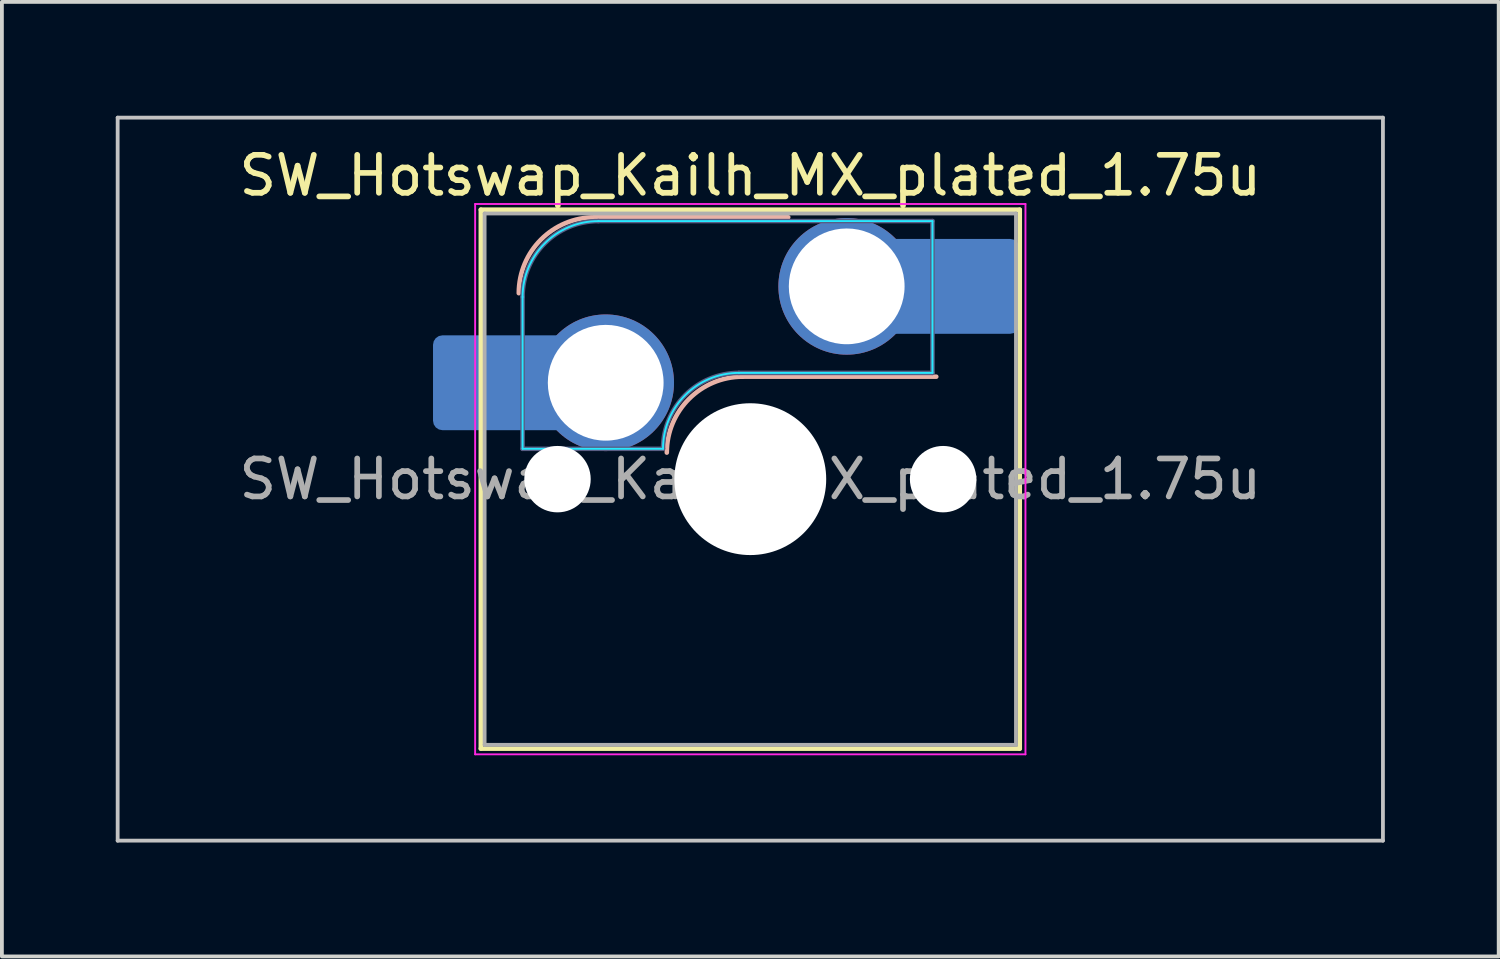
<source format=kicad_pcb>
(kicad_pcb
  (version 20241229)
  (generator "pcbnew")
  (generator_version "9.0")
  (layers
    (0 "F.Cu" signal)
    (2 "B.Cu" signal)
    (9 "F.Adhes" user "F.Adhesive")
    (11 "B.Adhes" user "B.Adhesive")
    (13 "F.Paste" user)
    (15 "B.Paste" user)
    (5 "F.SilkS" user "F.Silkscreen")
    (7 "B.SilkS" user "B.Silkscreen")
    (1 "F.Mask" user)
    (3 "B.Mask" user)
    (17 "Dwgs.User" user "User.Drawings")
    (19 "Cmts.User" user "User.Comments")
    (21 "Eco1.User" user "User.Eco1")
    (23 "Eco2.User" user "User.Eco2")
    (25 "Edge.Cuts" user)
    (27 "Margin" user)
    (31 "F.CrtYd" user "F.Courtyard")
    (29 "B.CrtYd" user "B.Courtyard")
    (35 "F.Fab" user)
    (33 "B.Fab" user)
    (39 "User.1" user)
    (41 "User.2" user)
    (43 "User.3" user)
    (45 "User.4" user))
  (footprint "SW_Hotswap_Kailh_MX_plated_1.75u"
    (layer "F.Cu")
    (at 16.719 9.575)
    (property "Reference" "SW_Hotswap_Kailh_MX_plated_1.75u" (at 0 -8 0) (layer "F.SilkS") (effects (font (size 1 1) (thickness 0.15))))
    (attr smd)
    (fp_line (start -7.1 -7.1) (end -7.1 7.1) (stroke (width 0.12) (type solid)) (layer "F.SilkS"))
    (fp_line (start -7.1 7.1) (end 7.1 7.1) (stroke (width 0.12) (type solid)) (layer "F.SilkS"))
    (fp_line (start 7.1 -7.1) (end -7.1 -7.1) (stroke (width 0.12) (type solid)) (layer "F.SilkS"))
    (fp_line (start 7.1 7.1) (end 7.1 -7.1) (stroke (width 0.12) (type solid)) (layer "F.SilkS"))
    (fp_line (start -4.1 -6.9) (end 1 -6.9) (stroke (width 0.12) (type solid)) (layer "B.SilkS"))
    (fp_line (start -0.2 -2.7) (end 4.9 -2.7) (stroke (width 0.12) (type solid)) (layer "B.SilkS"))
    (fp_arc (start -6.1 -4.9) (mid -5.514214 -6.314214) (end -4.1 -6.9) (stroke (width 0.12) (type solid)) (layer "B.SilkS"))
    (fp_arc (start -2.2 -0.7) (mid -1.614214 -2.114214) (end -0.2 -2.7) (stroke (width 0.12) (type solid)) (layer "B.SilkS"))
    (fp_line (start -16.669 -9.525) (end -16.669 9.525) (stroke (width 0.1) (type solid)) (layer "Dwgs.User"))
    (fp_line (start -16.669 9.525) (end 16.669 9.525) (stroke (width 0.1) (type solid)) (layer "Dwgs.User"))
    (fp_line (start 16.669 -9.525) (end -16.669 -9.525) (stroke (width 0.1) (type solid)) (layer "Dwgs.User"))
    (fp_line (start 16.669 9.525) (end 16.669 -9.525) (stroke (width 0.1) (type solid)) (layer "Dwgs.User"))
    (fp_line (start -7.8 -6) (end -7 -6) (stroke (width 0.1) (type solid)) (layer "Eco1.User"))
    (fp_line (start -7.8 -2.9) (end -7.8 -6) (stroke (width 0.1) (type solid)) (layer "Eco1.User"))
    (fp_line (start -7.8 2.9) (end -7 2.9) (stroke (width 0.1) (type solid)) (layer "Eco1.User"))
    (fp_line (start -7.8 6) (end -7.8 2.9) (stroke (width 0.1) (type solid)) (layer "Eco1.User"))
    (fp_line (start -7 -7) (end 7 -7) (stroke (width 0.1) (type solid)) (layer "Eco1.User"))
    (fp_line (start -7 -6) (end -7 -7) (stroke (width 0.1) (type solid)) (layer "Eco1.User"))
    (fp_line (start -7 -2.9) (end -7.8 -2.9) (stroke (width 0.1) (type solid)) (layer "Eco1.User"))
    (fp_line (start -7 2.9) (end -7 -2.9) (stroke (width 0.1) (type solid)) (layer "Eco1.User"))
    (fp_line (start -7 6) (end -7.8 6) (stroke (width 0.1) (type solid)) (layer "Eco1.User"))
    (fp_line (start -7 7) (end -7 6) (stroke (width 0.1) (type solid)) (layer "Eco1.User"))
    (fp_line (start 7 -7) (end 7 -6) (stroke (width 0.1) (type solid)) (layer "Eco1.User"))
    (fp_line (start 7 -6) (end 7.8 -6) (stroke (width 0.1) (type solid)) (layer "Eco1.User"))
    (fp_line (start 7 -2.9) (end 7 2.9) (stroke (width 0.1) (type solid)) (layer "Eco1.User"))
    (fp_line (start 7 2.9) (end 7.8 2.9) (stroke (width 0.1) (type solid)) (layer "Eco1.User"))
    (fp_line (start 7 6) (end 7 7) (stroke (width 0.1) (type solid)) (layer "Eco1.User"))
    (fp_line (start 7 7) (end -7 7) (stroke (width 0.1) (type solid)) (layer "Eco1.User"))
    (fp_line (start 7.8 -6) (end 7.8 -2.9) (stroke (width 0.1) (type solid)) (layer "Eco1.User"))
    (fp_line (start 7.8 -2.9) (end 7 -2.9) (stroke (width 0.1) (type solid)) (layer "Eco1.User"))
    (fp_line (start 7.8 2.9) (end 7.8 6) (stroke (width 0.1) (type solid)) (layer "Eco1.User"))
    (fp_line (start 7.8 6) (end 7 6) (stroke (width 0.1) (type solid)) (layer "Eco1.User"))
    (fp_line (start -6 -0.8) (end -6 -4.8) (stroke (width 0.05) (type solid)) (layer "B.CrtYd"))
    (fp_line (start -6 -0.8) (end -2.3 -0.8) (stroke (width 0.05) (type solid)) (layer "B.CrtYd"))
    (fp_line (start -4 -6.8) (end 4.8 -6.8) (stroke (width 0.05) (type solid)) (layer "B.CrtYd"))
    (fp_line (start -0.3 -2.8) (end 4.8 -2.8) (stroke (width 0.05) (type solid)) (layer "B.CrtYd"))
    (fp_line (start 4.8 -6.8) (end 4.8 -2.8) (stroke (width 0.05) (type solid)) (layer "B.CrtYd"))
    (fp_arc (start -6 -4.8) (mid -5.414214 -6.214214) (end -4 -6.8) (stroke (width 0.05) (type solid)) (layer "B.CrtYd"))
    (fp_arc (start -2.3 -0.8) (mid -1.714214 -2.214214) (end -0.3 -2.8) (stroke (width 0.05) (type solid)) (layer "B.CrtYd"))
    (fp_line (start -7.25 -7.25) (end -7.25 7.25) (stroke (width 0.05) (type solid)) (layer "F.CrtYd"))
    (fp_line (start -7.25 7.25) (end 7.25 7.25) (stroke (width 0.05) (type solid)) (layer "F.CrtYd"))
    (fp_line (start 7.25 -7.25) (end -7.25 -7.25) (stroke (width 0.05) (type solid)) (layer "F.CrtYd"))
    (fp_line (start 7.25 7.25) (end 7.25 -7.25) (stroke (width 0.05) (type solid)) (layer "F.CrtYd"))
    (fp_line (start -6 -0.8) (end -6 -4.8) (stroke (width 0.12) (type solid)) (layer "B.Fab"))
    (fp_line (start -6 -0.8) (end -2.3 -0.8) (stroke (width 0.12) (type solid)) (layer "B.Fab"))
    (fp_line (start -4 -6.8) (end 4.8 -6.8) (stroke (width 0.12) (type solid)) (layer "B.Fab"))
    (fp_line (start -0.3 -2.8) (end 4.8 -2.8) (stroke (width 0.12) (type solid)) (layer "B.Fab"))
    (fp_line (start 4.8 -6.8) (end 4.8 -2.8) (stroke (width 0.12) (type solid)) (layer "B.Fab"))
    (fp_arc (start -6 -4.8) (mid -5.414214 -6.214214) (end -4 -6.8) (stroke (width 0.12) (type solid)) (layer "B.Fab"))
    (fp_arc (start -2.3 -0.8) (mid -1.714214 -2.214214) (end -0.3 -2.8) (stroke (width 0.12) (type solid)) (layer "B.Fab"))
    (fp_line (start -7 -7) (end -7 7) (stroke (width 0.1) (type solid)) (layer "F.Fab"))
    (fp_line (start -7 7) (end 7 7) (stroke (width 0.1) (type solid)) (layer "F.Fab"))
    (fp_line (start 7 -7) (end -7 -7) (stroke (width 0.1) (type solid)) (layer "F.Fab"))
    (fp_line (start 7 7) (end 7 -7) (stroke (width 0.1) (type solid)) (layer "F.Fab"))
    (fp_text user "${REFERENCE}" (at 0 0 0) (layer "F.Fab") (effects (font (size 1 1) (thickness 0.15))))
    (pad "" smd roundrect (at -7.085 -2.54) (size 2.55 2.5) (layers "B.Mask" "B.Paste") (roundrect_rratio 0.1))
    (pad "" np_thru_hole circle (at -5.08 0) (size 1.75 1.75) (drill 1.75) (layers "*.Cu" "*.Mask"))
    (pad "" smd circle (at -3.81 -2.54) (size 3.1 3.1) (layers "F.Mask"))
    (pad "" np_thru_hole circle (at 0 0) (size 4 4) (drill 4) (layers "*.Cu" "*.Mask"))
    (pad "" smd circle (at 2.54 -5.08) (size 3.1 3.1) (layers "F.Mask"))
    (pad "" np_thru_hole circle (at 5.08 0) (size 1.75 1.75) (drill 1.75) (layers "*.Cu" "*.Mask"))
    (pad "" smd roundrect (at 5.842 -5.08) (size 2.55 2.5) (layers "B.Mask" "B.Paste") (roundrect_rratio 0.1))
    (pad "1" smd roundrect (at -6.585 -2.54) (size 3.55 2.5) (layers "B.Cu") (roundrect_rratio 0.1))
    (pad "1" thru_hole circle (at -3.81 -2.54) (size 3.6 3.6) (drill 3.05) (layers "*.Cu" "B.Mask"))
    (pad "2" thru_hole circle (at 2.54 -5.08) (size 3.6 3.6) (drill 3.05) (layers "*.Cu" "B.Mask"))
    (pad "2" smd roundrect (at 5.32 -5.08) (size 3.55 2.5) (layers "B.Cu") (roundrect_rratio 0.1)))
  (gr_rect
    (start -3 -3)
    (end 36.438 22.15)
    (stroke (width 0.1) (type default))
    (fill no)
    (layer "Edge.Cuts")))
</source>
